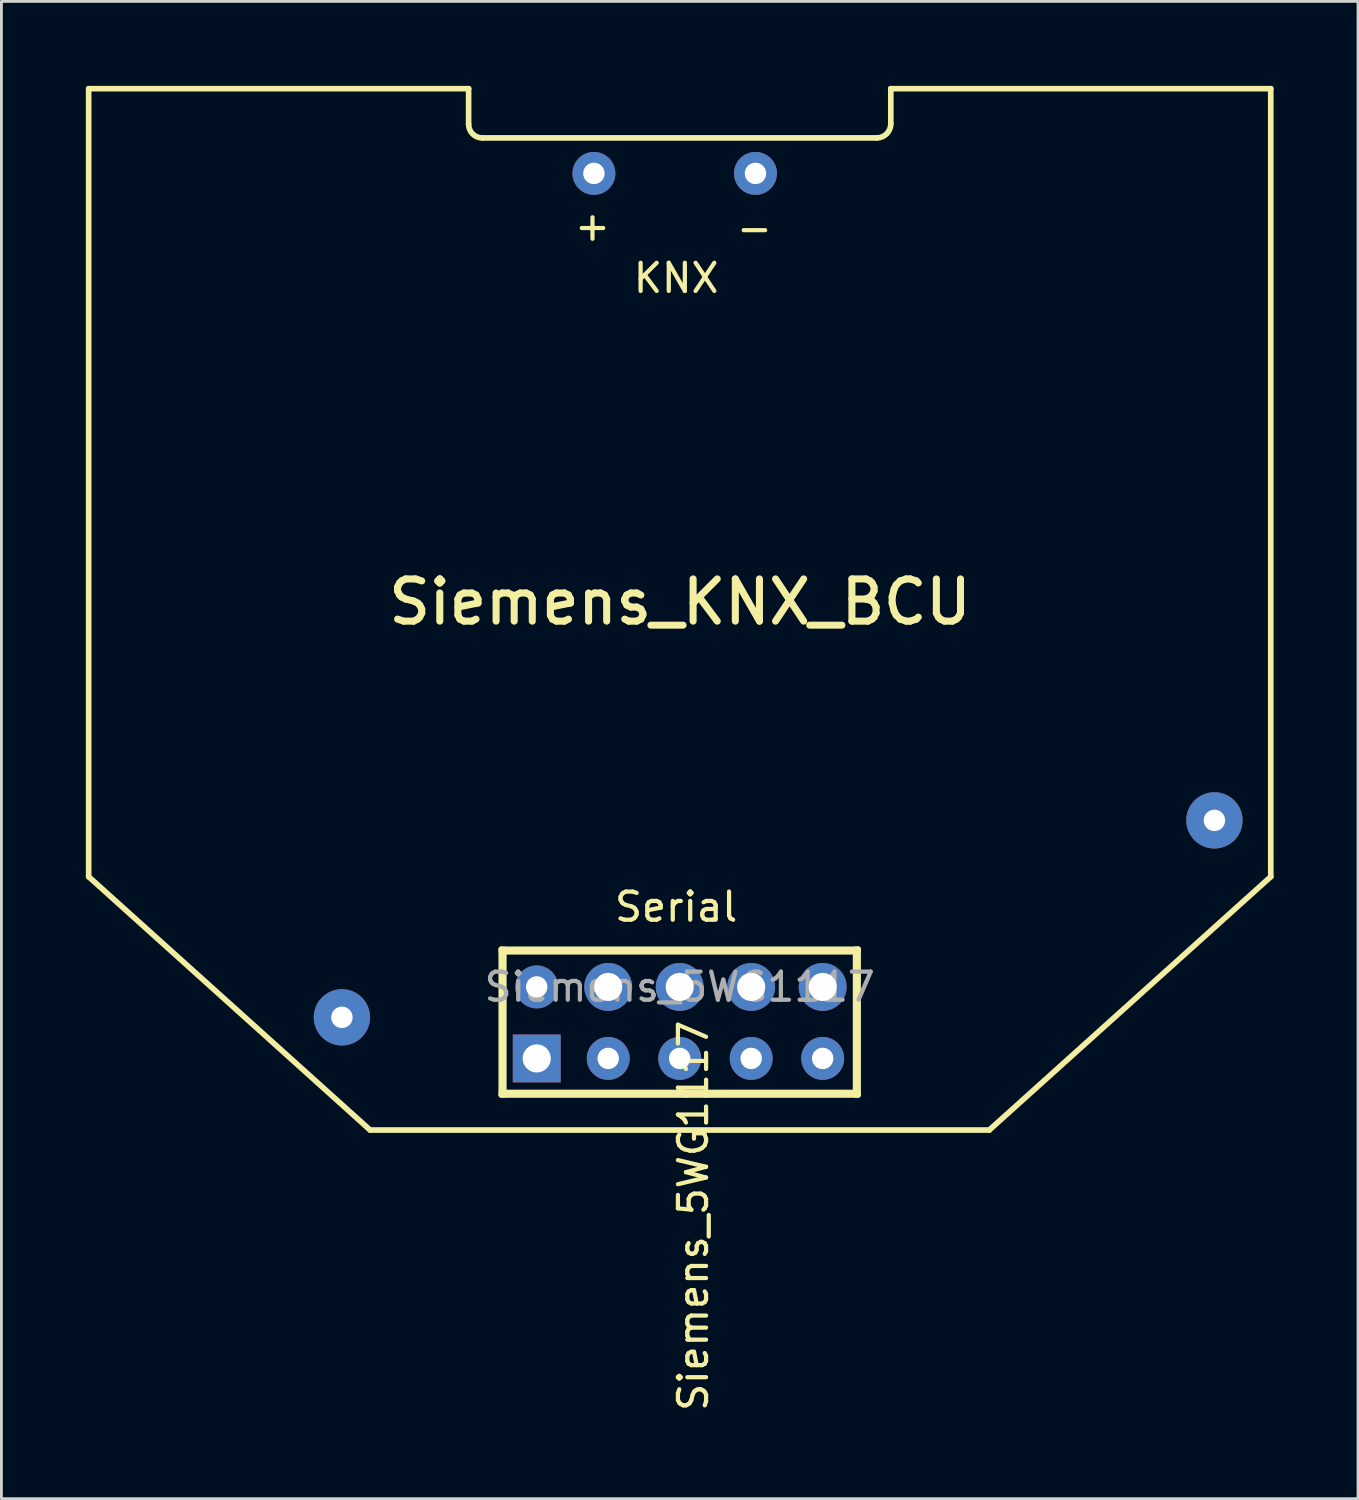
<source format=kicad_pcb>
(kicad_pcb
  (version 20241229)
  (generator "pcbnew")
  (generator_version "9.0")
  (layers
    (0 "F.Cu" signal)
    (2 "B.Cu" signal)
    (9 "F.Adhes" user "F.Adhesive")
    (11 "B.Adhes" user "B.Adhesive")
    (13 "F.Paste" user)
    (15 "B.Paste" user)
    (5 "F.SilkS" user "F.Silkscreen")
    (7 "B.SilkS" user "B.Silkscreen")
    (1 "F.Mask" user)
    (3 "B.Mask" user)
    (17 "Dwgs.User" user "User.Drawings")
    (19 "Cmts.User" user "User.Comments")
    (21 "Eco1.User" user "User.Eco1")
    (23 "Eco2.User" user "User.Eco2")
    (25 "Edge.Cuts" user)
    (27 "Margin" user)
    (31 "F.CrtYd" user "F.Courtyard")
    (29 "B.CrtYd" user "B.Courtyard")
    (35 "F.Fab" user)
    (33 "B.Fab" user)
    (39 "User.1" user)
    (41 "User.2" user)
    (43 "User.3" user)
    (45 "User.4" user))
  (footprint "Siemens_5WG1117"
    (layer "F.Cu")
    (at 20.998 37.198)
    (property "Reference" "Siemens_5WG1117" (at 0.584 2.946 90) (layer "F.SilkS") (effects (font (size 1 1) (thickness 0.15))))
    (attr through_hole)
    (fp_line (start -6.237 -6.52) (end -6.237 -6.432) (stroke (width 0.2) (type solid)) (layer "F.SilkS"))
    (fp_line (start -6.237 -6.432) (end -6.237 -1.432) (stroke (width 0.2) (type solid)) (layer "F.SilkS"))
    (fp_line (start -6.237 -1.432) (end -6.237 -1.344) (stroke (width 0.2) (type solid)) (layer "F.SilkS"))
    (fp_line (start -6.237 -1.344) (end -6.148 -1.344) (stroke (width 0.2) (type solid)) (layer "F.SilkS"))
    (fp_line (start -6.148 -6.52) (end -6.237 -6.52) (stroke (width 0.2) (type solid)) (layer "F.SilkS"))
    (fp_line (start -6.148 -6.432) (end 6.352 -6.432) (stroke (width 0.2) (type solid)) (layer "F.SilkS"))
    (fp_line (start -6.148 -1.432) (end -6.148 -6.432) (stroke (width 0.2) (type solid)) (layer "F.SilkS"))
    (fp_line (start -6.148 -1.344) (end 6.352 -1.344) (stroke (width 0.2) (type solid)) (layer "F.SilkS"))
    (fp_line (start 6.352 -6.52) (end -6.148 -6.52) (stroke (width 0.2) (type solid)) (layer "F.SilkS"))
    (fp_line (start 6.352 -6.432) (end 6.352 -1.432) (stroke (width 0.2) (type solid)) (layer "F.SilkS"))
    (fp_line (start 6.352 -1.432) (end -6.148 -1.432) (stroke (width 0.2) (type solid)) (layer "F.SilkS"))
    (fp_line (start 6.352 -1.344) (end 6.44 -1.344) (stroke (width 0.2) (type solid)) (layer "F.SilkS"))
    (fp_line (start 6.44 -6.52) (end 6.352 -6.52) (stroke (width 0.2) (type solid)) (layer "F.SilkS"))
    (fp_line (start 6.44 -6.52) (end 6.44 -6.52) (stroke (width 0.2) (type solid)) (layer "F.SilkS"))
    (fp_line (start 6.44 -6.432) (end 6.44 -6.52) (stroke (width 0.2) (type solid)) (layer "F.SilkS"))
    (fp_line (start 6.44 -1.432) (end 6.44 -6.432) (stroke (width 0.2) (type solid)) (layer "F.SilkS"))
    (fp_line (start 6.44 -1.344) (end 6.44 -1.432) (stroke (width 0.2) (type solid)) (layer "F.SilkS"))
    (fp_curve (pts (xy -20.898 -37.098) (xy -20.898 -37.098) (xy -20.898 -9.098) (xy -20.898 -9.098)) (stroke (width 0.2) (type solid)) (layer "F.SilkS"))
    (fp_curve (pts (xy -20.898 -9.098) (xy -20.898 -9.098) (xy -10.898 -0.098) (xy -10.898 -0.098)) (stroke (width 0.2) (type solid)) (layer "F.SilkS"))
    (fp_curve (pts (xy -10.898 -0.098) (xy -10.898 -0.098) (xy 11.102 -0.098) (xy 11.102 -0.098)) (stroke (width 0.2) (type solid)) (layer "F.SilkS"))
    (fp_curve (pts (xy -7.398 -37.098) (xy -7.398 -37.098) (xy -20.898 -37.098) (xy -20.898 -37.098)) (stroke (width 0.2) (type solid)) (layer "F.SilkS"))
    (fp_curve (pts (xy -7.398 -35.833) (xy -7.398 -35.833) (xy -7.398 -37.098) (xy -7.398 -37.098)) (stroke (width 0.2) (type solid)) (layer "F.SilkS"))
    (fp_curve (pts (xy -6.914 -35.348) (xy -7.181 -35.348) (xy -7.398 -35.565) (xy -7.398 -35.833)) (stroke (width 0.2) (type solid)) (layer "F.SilkS"))
    (fp_curve (pts (xy 7.102 -35.348) (xy 7.102 -35.348) (xy -6.914 -35.348) (xy -6.914 -35.348)) (stroke (width 0.2) (type solid)) (layer "F.SilkS"))
    (fp_curve (pts (xy 7.602 -37.098) (xy 7.602 -37.098) (xy 7.602 -35.848) (xy 7.602 -35.848)) (stroke (width 0.2) (type solid)) (layer "F.SilkS"))
    (fp_curve (pts (xy 7.602 -35.848) (xy 7.602 -35.572) (xy 7.378 -35.348) (xy 7.102 -35.348)) (stroke (width 0.2) (type solid)) (layer "F.SilkS"))
    (fp_curve (pts (xy 11.102 -0.098) (xy 11.102 -0.098) (xy 21.102 -9.098) (xy 21.102 -9.098)) (stroke (width 0.2) (type solid)) (layer "F.SilkS"))
    (fp_curve (pts (xy 21.102 -37.098) (xy 21.102 -37.098) (xy 7.602 -37.098) (xy 7.602 -37.098)) (stroke (width 0.2) (type solid)) (layer "F.SilkS"))
    (fp_curve (pts (xy 21.102 -9.098) (xy 21.102 -9.098) (xy 21.102 -37.098) (xy 21.102 -37.098)) (stroke (width 0.2) (type solid)) (layer "F.SilkS"))
    (fp_text user "KNX" (at -0.025 -30.366 0) (layer "F.SilkS") (effects (font (size 1 1) (thickness 0.15))))
    (fp_text user "+" (at -2.997 -32.22 0) (layer "F.SilkS") (effects (font (size 1 1) (thickness 0.15))))
    (fp_text user "Siemens_KNX_BCU" (at 0.114 -18.86 0) (layer "F.SilkS") (effects (font (size 1.5 1.5) (thickness 0.25))))
    (fp_text user "-" (at 2.756 -32.144 0) (layer "F.SilkS") (effects (font (size 1 1) (thickness 0.15))))
    (fp_text user "Serial" (at -0.025 -8.026 0) (layer "F.SilkS") (effects (font (size 1 1) (thickness 0.15))))
    (fp_text user "${REFERENCE}" (at 0.102 -5.182 180) (layer "F.Fab") (effects (font (size 1 1) (thickness 0.15))))
    (pad "" np_thru_hole circle (at -11.9 -4.102) (size 2 2) (drill 0.762) (layers "*.Cu" "*.Mask"))
    (pad "" np_thru_hole circle (at 19.101 -11.1) (size 2 2) (drill 0.762) (layers "*.Cu" "*.Mask"))
    (pad "1" thru_hole rect (at -4.978 -2.642 90) (size 1.7 1.7) (drill 1) (layers "*.Cu" "*.Mask"))
    (pad "2" thru_hole circle (at -2.438 -2.642) (size 1.524 1.524) (drill 0.762) (layers "*.Cu" "*.Mask"))
    (pad "3" thru_hole circle (at 0.102 -2.642) (size 1.524 1.524) (drill 0.762) (layers "*.Cu" "*.Mask"))
    (pad "4" thru_hole circle (at 2.642 -2.642) (size 1.524 1.524) (drill 0.762) (layers "*.Cu" "*.Mask"))
    (pad "5" thru_hole circle (at 5.182 -2.642) (size 1.524 1.524) (drill 0.762) (layers "*.Cu" "*.Mask"))
    (pad "6" thru_hole oval (at 5.182 -5.182 90) (size 1.7 1.7) (drill 1) (layers "*.Cu" "*.Mask"))
    (pad "7" thru_hole oval (at 2.642 -5.182 90) (size 1.7 1.7) (drill 1) (layers "*.Cu" "*.Mask"))
    (pad "8" thru_hole oval (at 0.102 -5.182 90) (size 1.7 1.7) (drill 1) (layers "*.Cu" "*.Mask"))
    (pad "9" thru_hole oval (at -2.438 -5.182 90) (size 1.7 1.7) (drill 1) (layers "*.Cu" "*.Mask"))
    (pad "10" thru_hole circle (at -4.978 -5.182) (size 1.524 1.524) (drill 0.762) (layers "*.Cu" "*.Mask"))
    (pad "11" thru_hole circle (at -2.946 -34.087) (size 1.524 1.524) (drill 0.762) (layers "*.Cu" "*.Mask"))
    (pad "12" thru_hole circle (at 2.794 -34.087) (size 1.524 1.524) (drill 0.762) (layers "*.Cu" "*.Mask")))
  (gr_rect
    (start -3 -3)
    (end 45.2 50.198)
    (stroke (width 0.1) (type default))
    (fill no)
    (layer "Edge.Cuts")))
</source>
